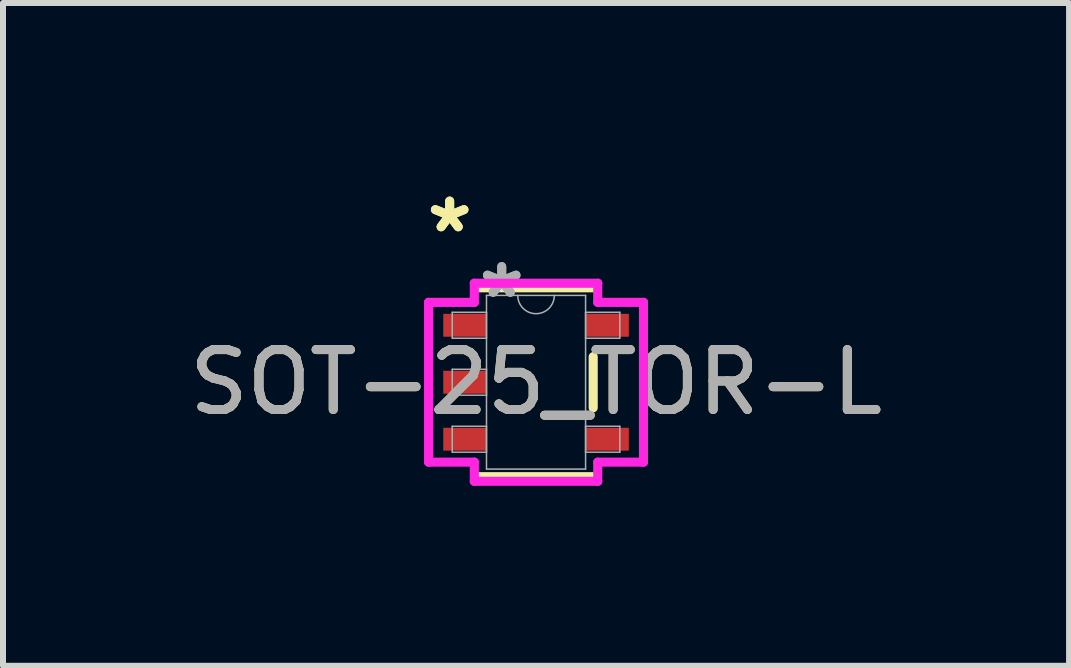
<source format=kicad_pcb>
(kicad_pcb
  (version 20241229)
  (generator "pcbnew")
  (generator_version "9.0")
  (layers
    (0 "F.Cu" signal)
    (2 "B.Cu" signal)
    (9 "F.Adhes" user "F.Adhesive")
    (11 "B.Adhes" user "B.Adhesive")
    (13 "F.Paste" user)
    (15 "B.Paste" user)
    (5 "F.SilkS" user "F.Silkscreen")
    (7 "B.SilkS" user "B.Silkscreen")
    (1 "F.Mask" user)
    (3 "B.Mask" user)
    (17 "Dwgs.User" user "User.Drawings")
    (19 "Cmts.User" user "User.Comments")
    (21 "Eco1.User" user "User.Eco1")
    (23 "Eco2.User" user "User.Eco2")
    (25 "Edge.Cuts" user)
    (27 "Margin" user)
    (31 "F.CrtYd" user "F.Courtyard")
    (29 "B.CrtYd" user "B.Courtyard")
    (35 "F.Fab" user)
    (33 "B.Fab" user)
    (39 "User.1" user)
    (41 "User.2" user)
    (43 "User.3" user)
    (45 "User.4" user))
  (footprint "SOT-25_TOR-L"
    (layer "F.Cu")
    (at 5.887 3.323)
    (property "Reference" "SOT-25_TOR-L" (at 0 0 0) (unlocked yes) (layer "F.SilkS") (effects (font (size 1 1) (thickness 0.15))))
    (attr smd)
    (fp_line (start -0.953 1.575) (end 0.953 1.575) (stroke (width 0.152) (type solid)) (layer "F.SilkS"))
    (fp_line (start 0.953 -1.575) (end -0.953 -1.575) (stroke (width 0.152) (type solid)) (layer "F.SilkS"))
    (fp_line (start 0.953 0.426) (end 0.953 -0.426) (stroke (width 0.152) (type solid)) (layer "F.SilkS"))
    (fp_line (start -1.791 -1.332) (end -1.029 -1.332) (stroke (width 0.152) (type solid)) (layer "F.CrtYd"))
    (fp_line (start -1.791 1.332) (end -1.791 -1.332) (stroke (width 0.152) (type solid)) (layer "F.CrtYd"))
    (fp_line (start -1.029 -1.651) (end 1.029 -1.651) (stroke (width 0.152) (type solid)) (layer "F.CrtYd"))
    (fp_line (start -1.029 -1.332) (end -1.029 -1.651) (stroke (width 0.152) (type solid)) (layer "F.CrtYd"))
    (fp_line (start -1.029 1.332) (end -1.791 1.332) (stroke (width 0.152) (type solid)) (layer "F.CrtYd"))
    (fp_line (start -1.029 1.651) (end -1.029 1.332) (stroke (width 0.152) (type solid)) (layer "F.CrtYd"))
    (fp_line (start 1.029 -1.651) (end 1.029 -1.332) (stroke (width 0.152) (type solid)) (layer "F.CrtYd"))
    (fp_line (start 1.029 -1.332) (end 1.791 -1.332) (stroke (width 0.152) (type solid)) (layer "F.CrtYd"))
    (fp_line (start 1.029 1.332) (end 1.029 1.651) (stroke (width 0.152) (type solid)) (layer "F.CrtYd"))
    (fp_line (start 1.029 1.651) (end -1.029 1.651) (stroke (width 0.152) (type solid)) (layer "F.CrtYd"))
    (fp_line (start 1.791 -1.332) (end 1.791 1.332) (stroke (width 0.152) (type solid)) (layer "F.CrtYd"))
    (fp_line (start 1.791 1.332) (end 1.029 1.332) (stroke (width 0.152) (type solid)) (layer "F.CrtYd"))
    (fp_line (start -1.397 -1.166) (end -1.397 -0.734) (stroke (width 0.025) (type solid)) (layer "F.Fab"))
    (fp_line (start -1.397 -0.734) (end -0.826 -0.734) (stroke (width 0.025) (type solid)) (layer "F.Fab"))
    (fp_line (start -1.397 -0.216) (end -1.397 0.216) (stroke (width 0.025) (type solid)) (layer "F.Fab"))
    (fp_line (start -1.397 0.216) (end -0.826 0.216) (stroke (width 0.025) (type solid)) (layer "F.Fab"))
    (fp_line (start -1.397 0.734) (end -1.397 1.166) (stroke (width 0.025) (type solid)) (layer "F.Fab"))
    (fp_line (start -1.397 1.166) (end -0.826 1.166) (stroke (width 0.025) (type solid)) (layer "F.Fab"))
    (fp_line (start -0.826 -1.448) (end -0.826 1.448) (stroke (width 0.025) (type solid)) (layer "F.Fab"))
    (fp_line (start -0.826 -1.166) (end -1.397 -1.166) (stroke (width 0.025) (type solid)) (layer "F.Fab"))
    (fp_line (start -0.826 -0.734) (end -0.826 -1.166) (stroke (width 0.025) (type solid)) (layer "F.Fab"))
    (fp_line (start -0.826 -0.216) (end -1.397 -0.216) (stroke (width 0.025) (type solid)) (layer "F.Fab"))
    (fp_line (start -0.826 0.216) (end -0.826 -0.216) (stroke (width 0.025) (type solid)) (layer "F.Fab"))
    (fp_line (start -0.826 0.734) (end -1.397 0.734) (stroke (width 0.025) (type solid)) (layer "F.Fab"))
    (fp_line (start -0.826 1.166) (end -0.826 0.734) (stroke (width 0.025) (type solid)) (layer "F.Fab"))
    (fp_line (start -0.826 1.448) (end 0.826 1.448) (stroke (width 0.025) (type solid)) (layer "F.Fab"))
    (fp_line (start 0.826 -1.448) (end -0.826 -1.448) (stroke (width 0.025) (type solid)) (layer "F.Fab"))
    (fp_line (start 0.826 -1.166) (end 0.826 -0.734) (stroke (width 0.025) (type solid)) (layer "F.Fab"))
    (fp_line (start 0.826 -0.734) (end 1.397 -0.734) (stroke (width 0.025) (type solid)) (layer "F.Fab"))
    (fp_line (start 0.826 0.734) (end 0.826 1.166) (stroke (width 0.025) (type solid)) (layer "F.Fab"))
    (fp_line (start 0.826 1.166) (end 1.397 1.166) (stroke (width 0.025) (type solid)) (layer "F.Fab"))
    (fp_line (start 0.826 1.448) (end 0.826 -1.448) (stroke (width 0.025) (type solid)) (layer "F.Fab"))
    (fp_line (start 1.397 -1.166) (end 0.826 -1.166) (stroke (width 0.025) (type solid)) (layer "F.Fab"))
    (fp_line (start 1.397 -0.734) (end 1.397 -1.166) (stroke (width 0.025) (type solid)) (layer "F.Fab"))
    (fp_line (start 1.397 0.734) (end 0.826 0.734) (stroke (width 0.025) (type solid)) (layer "F.Fab"))
    (fp_line (start 1.397 1.166) (end 1.397 0.734) (stroke (width 0.025) (type solid)) (layer "F.Fab"))
    (fp_arc (start 0.3048 -1.4478) (mid 0 -1.143) (end -0.3048 -1.4478) (stroke (width 0.0254) (type solid)) (layer "F.Fab"))
    (fp_text user "*" (at -1.44 -2.475 0) (layer "F.SilkS") (effects (font (size 1 1) (thickness 0.15))))
    (fp_text user "*" (at -1.44 -2.475 0) (unlocked yes) (layer "F.SilkS") (effects (font (size 1 1) (thickness 0.15))))
    (fp_text user "*" (at -0.572 -1.383 0) (unlocked yes) (layer "F.Fab") (effects (font (size 1 1) (thickness 0.15))))
    (fp_text user "*" (at -0.572 -1.383 0) (layer "F.Fab") (effects (font (size 1 1) (thickness 0.15))))
    (fp_text user "${REFERENCE}" (at 0 0 0) (unlocked yes) (layer "F.Fab") (effects (font (size 1 1) (thickness 0.15))))
    (pad "1" smd rect (at -1.186 -0.95) (size 0.722 0.382) (layers "F.Cu" "F.Mask" "F.Paste"))
    (pad "2" smd rect (at -1.186 0) (size 0.722 0.382) (layers "F.Cu" "F.Mask" "F.Paste"))
    (pad "3" smd rect (at -1.186 0.95) (size 0.722 0.382) (layers "F.Cu" "F.Mask" "F.Paste"))
    (pad "4" smd rect (at 1.186 0.95) (size 0.722 0.382) (layers "F.Cu" "F.Mask" "F.Paste"))
    (pad "5" smd rect (at 1.186 -0.95) (size 0.722 0.382) (layers "F.Cu" "F.Mask" "F.Paste")))
  (gr_rect
    (start -3 -3)
    (end 14.774 8.05)
    (stroke (width 0.1) (type default))
    (fill no)
    (layer "Edge.Cuts")))
</source>
